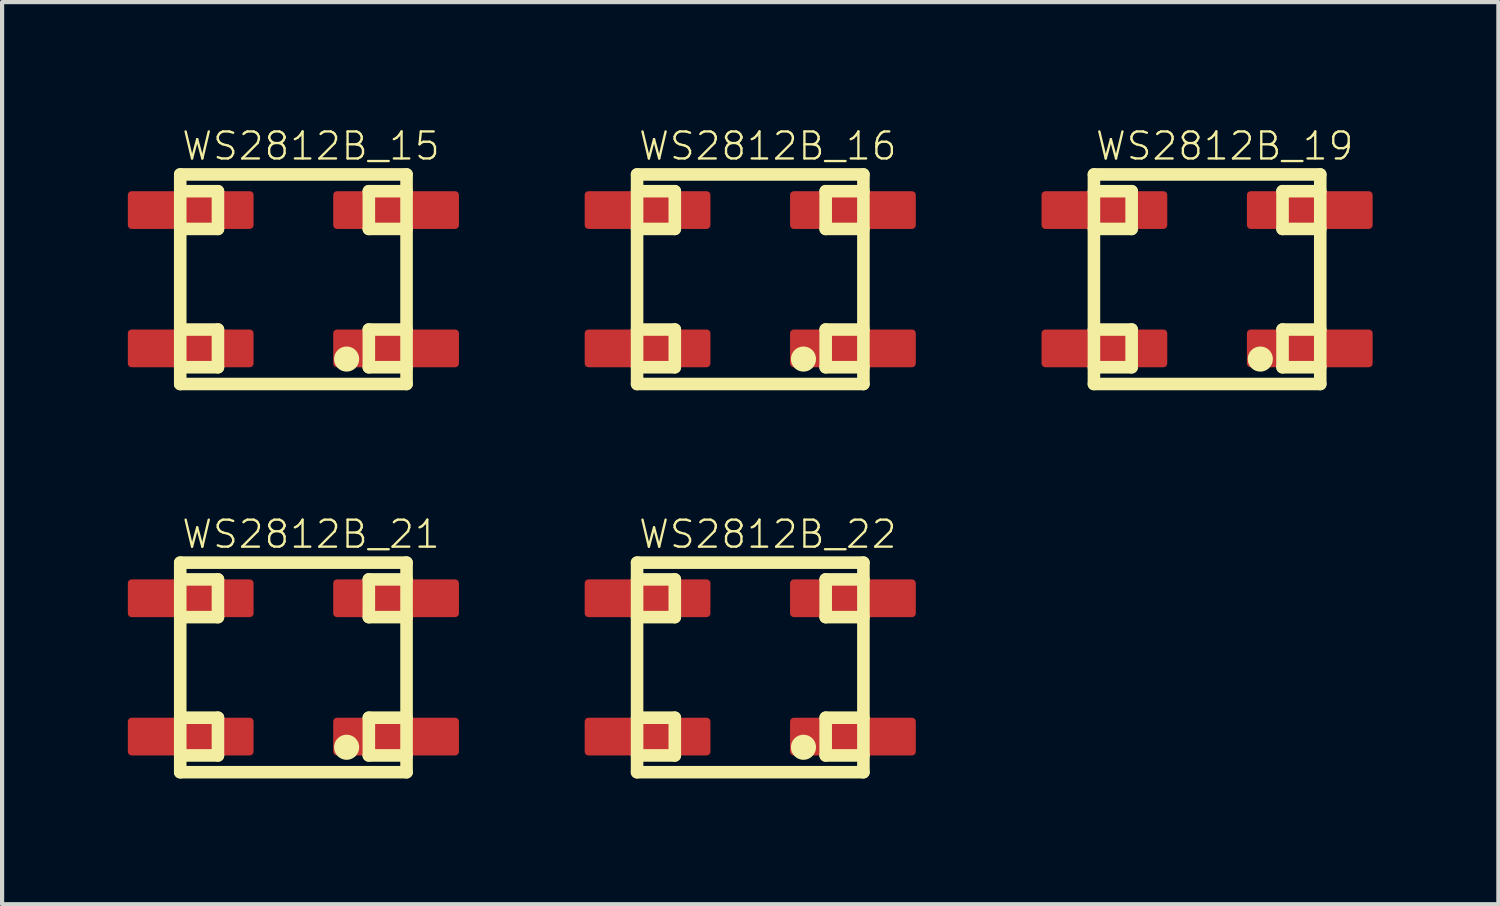
<source format=kicad_pcb>
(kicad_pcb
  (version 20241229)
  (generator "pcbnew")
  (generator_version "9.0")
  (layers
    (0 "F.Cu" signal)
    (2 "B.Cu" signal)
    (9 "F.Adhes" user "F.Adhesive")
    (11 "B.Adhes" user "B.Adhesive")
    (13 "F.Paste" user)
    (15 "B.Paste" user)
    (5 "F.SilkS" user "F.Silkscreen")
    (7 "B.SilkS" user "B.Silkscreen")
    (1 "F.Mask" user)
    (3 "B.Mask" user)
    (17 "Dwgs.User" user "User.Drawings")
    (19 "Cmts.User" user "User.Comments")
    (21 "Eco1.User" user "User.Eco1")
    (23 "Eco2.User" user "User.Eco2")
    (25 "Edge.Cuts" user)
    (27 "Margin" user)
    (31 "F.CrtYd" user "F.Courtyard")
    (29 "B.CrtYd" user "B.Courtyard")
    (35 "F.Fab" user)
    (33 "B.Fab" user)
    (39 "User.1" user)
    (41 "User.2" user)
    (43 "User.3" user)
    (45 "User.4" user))
  (footprint "WS2812B_15"
    (layer "F.Cu")
    (at 3.95 3.612)
    (property "Reference" "WS2812B_15" (at -2.7 -2.8 0) (layer "F.SilkS") (effects (font (size 0.644 0.644) (thickness 0.056)) (justify left bottom)))
    (fp_line (start -2.7 -2.5) (end 2.7 -2.5) (stroke (width 0.3) (type solid)) (layer "F.SilkS"))
    (fp_line (start -2.7 2.5) (end -2.7 -2.5) (stroke (width 0.3) (type solid)) (layer "F.SilkS"))
    (fp_line (start -1.8 -2.1) (end -2.7 -2.1) (stroke (width 0.3) (type solid)) (layer "F.SilkS"))
    (fp_line (start -1.8 -1.2) (end -2.7 -1.2) (stroke (width 0.3) (type solid)) (layer "F.SilkS"))
    (fp_line (start -1.8 -1.2) (end -1.8 -2.1) (stroke (width 0.3) (type solid)) (layer "F.SilkS"))
    (fp_line (start -1.8 1.2) (end -2.7 1.2) (stroke (width 0.3) (type solid)) (layer "F.SilkS"))
    (fp_line (start -1.8 2.1) (end -2.7 2.1) (stroke (width 0.3) (type solid)) (layer "F.SilkS"))
    (fp_line (start -1.8 2.1) (end -1.8 1.2) (stroke (width 0.3) (type solid)) (layer "F.SilkS"))
    (fp_line (start 1.8 -2.1) (end 2.7 -2.1) (stroke (width 0.3) (type solid)) (layer "F.SilkS"))
    (fp_line (start 1.8 -1.2) (end 1.8 -2.1) (stroke (width 0.3) (type solid)) (layer "F.SilkS"))
    (fp_line (start 1.8 -1.2) (end 2.7 -1.2) (stroke (width 0.3) (type solid)) (layer "F.SilkS"))
    (fp_line (start 1.8 1.2) (end 2.7 1.2) (stroke (width 0.3) (type solid)) (layer "F.SilkS"))
    (fp_line (start 1.8 2.1) (end 1.8 1.2) (stroke (width 0.3) (type solid)) (layer "F.SilkS"))
    (fp_line (start 1.8 2.1) (end 2.7 2.1) (stroke (width 0.3) (type solid)) (layer "F.SilkS"))
    (fp_line (start 2.7 -2.5) (end 2.7 2.5) (stroke (width 0.3) (type solid)) (layer "F.SilkS"))
    (fp_line (start 2.7 2.5) (end -2.7 2.5) (stroke (width 0.3) (type solid)) (layer "F.SilkS"))
    (fp_circle (center 1.27 1.905) (end 1.42 1.905) (stroke (width 0.3) (type solid)) (fill yes) (layer "F.SilkS"))
    (pad "1" smd roundrect (at -2.45 -1.65) (size 3 0.9) (layers "F.Cu" "F.Mask" "F.Paste") (roundrect_rratio 0.1))
    (pad "2" smd roundrect (at -2.45 1.65) (size 3 0.9) (layers "F.Cu" "F.Mask" "F.Paste") (roundrect_rratio 0.1))
    (pad "3" smd roundrect (at 2.45 1.65) (size 3 0.9) (layers "F.Cu" "F.Mask" "F.Paste") (roundrect_rratio 0.1))
    (pad "4" smd roundrect (at 2.45 -1.65) (size 3 0.9) (layers "F.Cu" "F.Mask" "F.Paste") (roundrect_rratio 0.1)))
  (footprint "WS2812B_21"
    (layer "F.Cu")
    (at 3.95 12.874)
    (property "Reference" "WS2812B_21" (at -2.7 -2.8 0) (layer "F.SilkS") (effects (font (size 0.644 0.644) (thickness 0.056)) (justify left bottom)))
    (fp_line (start -2.7 -2.5) (end 2.7 -2.5) (stroke (width 0.3) (type solid)) (layer "F.SilkS"))
    (fp_line (start -2.7 2.5) (end -2.7 -2.5) (stroke (width 0.3) (type solid)) (layer "F.SilkS"))
    (fp_line (start -1.8 -2.1) (end -2.7 -2.1) (stroke (width 0.3) (type solid)) (layer "F.SilkS"))
    (fp_line (start -1.8 -1.2) (end -2.7 -1.2) (stroke (width 0.3) (type solid)) (layer "F.SilkS"))
    (fp_line (start -1.8 -1.2) (end -1.8 -2.1) (stroke (width 0.3) (type solid)) (layer "F.SilkS"))
    (fp_line (start -1.8 1.2) (end -2.7 1.2) (stroke (width 0.3) (type solid)) (layer "F.SilkS"))
    (fp_line (start -1.8 2.1) (end -2.7 2.1) (stroke (width 0.3) (type solid)) (layer "F.SilkS"))
    (fp_line (start -1.8 2.1) (end -1.8 1.2) (stroke (width 0.3) (type solid)) (layer "F.SilkS"))
    (fp_line (start 1.8 -2.1) (end 2.7 -2.1) (stroke (width 0.3) (type solid)) (layer "F.SilkS"))
    (fp_line (start 1.8 -1.2) (end 1.8 -2.1) (stroke (width 0.3) (type solid)) (layer "F.SilkS"))
    (fp_line (start 1.8 -1.2) (end 2.7 -1.2) (stroke (width 0.3) (type solid)) (layer "F.SilkS"))
    (fp_line (start 1.8 1.2) (end 2.7 1.2) (stroke (width 0.3) (type solid)) (layer "F.SilkS"))
    (fp_line (start 1.8 2.1) (end 1.8 1.2) (stroke (width 0.3) (type solid)) (layer "F.SilkS"))
    (fp_line (start 1.8 2.1) (end 2.7 2.1) (stroke (width 0.3) (type solid)) (layer "F.SilkS"))
    (fp_line (start 2.7 -2.5) (end 2.7 2.5) (stroke (width 0.3) (type solid)) (layer "F.SilkS"))
    (fp_line (start 2.7 2.5) (end -2.7 2.5) (stroke (width 0.3) (type solid)) (layer "F.SilkS"))
    (fp_circle (center 1.27 1.905) (end 1.42 1.905) (stroke (width 0.3) (type solid)) (fill yes) (layer "F.SilkS"))
    (pad "1" smd roundrect (at -2.45 -1.65) (size 3 0.9) (layers "F.Cu" "F.Mask" "F.Paste") (roundrect_rratio 0.1))
    (pad "2" smd roundrect (at -2.45 1.65) (size 3 0.9) (layers "F.Cu" "F.Mask" "F.Paste") (roundrect_rratio 0.1))
    (pad "3" smd roundrect (at 2.45 1.65) (size 3 0.9) (layers "F.Cu" "F.Mask" "F.Paste") (roundrect_rratio 0.1))
    (pad "4" smd roundrect (at 2.45 -1.65) (size 3 0.9) (layers "F.Cu" "F.Mask" "F.Paste") (roundrect_rratio 0.1)))
  (footprint "WS2812B_19"
    (layer "F.Cu")
    (at 25.75 3.612)
    (property "Reference" "WS2812B_19" (at -2.7 -2.8 0) (layer "F.SilkS") (effects (font (size 0.644 0.644) (thickness 0.056)) (justify left bottom)))
    (fp_line (start -2.7 -2.5) (end 2.7 -2.5) (stroke (width 0.3) (type solid)) (layer "F.SilkS"))
    (fp_line (start -2.7 2.5) (end -2.7 -2.5) (stroke (width 0.3) (type solid)) (layer "F.SilkS"))
    (fp_line (start -1.8 -2.1) (end -2.7 -2.1) (stroke (width 0.3) (type solid)) (layer "F.SilkS"))
    (fp_line (start -1.8 -1.2) (end -2.7 -1.2) (stroke (width 0.3) (type solid)) (layer "F.SilkS"))
    (fp_line (start -1.8 -1.2) (end -1.8 -2.1) (stroke (width 0.3) (type solid)) (layer "F.SilkS"))
    (fp_line (start -1.8 1.2) (end -2.7 1.2) (stroke (width 0.3) (type solid)) (layer "F.SilkS"))
    (fp_line (start -1.8 2.1) (end -2.7 2.1) (stroke (width 0.3) (type solid)) (layer "F.SilkS"))
    (fp_line (start -1.8 2.1) (end -1.8 1.2) (stroke (width 0.3) (type solid)) (layer "F.SilkS"))
    (fp_line (start 1.8 -2.1) (end 2.7 -2.1) (stroke (width 0.3) (type solid)) (layer "F.SilkS"))
    (fp_line (start 1.8 -1.2) (end 1.8 -2.1) (stroke (width 0.3) (type solid)) (layer "F.SilkS"))
    (fp_line (start 1.8 -1.2) (end 2.7 -1.2) (stroke (width 0.3) (type solid)) (layer "F.SilkS"))
    (fp_line (start 1.8 1.2) (end 2.7 1.2) (stroke (width 0.3) (type solid)) (layer "F.SilkS"))
    (fp_line (start 1.8 2.1) (end 1.8 1.2) (stroke (width 0.3) (type solid)) (layer "F.SilkS"))
    (fp_line (start 1.8 2.1) (end 2.7 2.1) (stroke (width 0.3) (type solid)) (layer "F.SilkS"))
    (fp_line (start 2.7 -2.5) (end 2.7 2.5) (stroke (width 0.3) (type solid)) (layer "F.SilkS"))
    (fp_line (start 2.7 2.5) (end -2.7 2.5) (stroke (width 0.3) (type solid)) (layer "F.SilkS"))
    (fp_circle (center 1.27 1.905) (end 1.42 1.905) (stroke (width 0.3) (type solid)) (fill yes) (layer "F.SilkS"))
    (pad "1" smd roundrect (at -2.45 -1.65) (size 3 0.9) (layers "F.Cu" "F.Mask" "F.Paste") (roundrect_rratio 0.1))
    (pad "2" smd roundrect (at -2.45 1.65) (size 3 0.9) (layers "F.Cu" "F.Mask" "F.Paste") (roundrect_rratio 0.1))
    (pad "3" smd roundrect (at 2.45 1.65) (size 3 0.9) (layers "F.Cu" "F.Mask" "F.Paste") (roundrect_rratio 0.1))
    (pad "4" smd roundrect (at 2.45 -1.65) (size 3 0.9) (layers "F.Cu" "F.Mask" "F.Paste") (roundrect_rratio 0.1)))
  (footprint "WS2812B_16"
    (layer "F.Cu")
    (at 14.85 3.612)
    (property "Reference" "WS2812B_16" (at -2.7 -2.8 0) (layer "F.SilkS") (effects (font (size 0.644 0.644) (thickness 0.056)) (justify left bottom)))
    (fp_line (start -2.7 -2.5) (end 2.7 -2.5) (stroke (width 0.3) (type solid)) (layer "F.SilkS"))
    (fp_line (start -2.7 2.5) (end -2.7 -2.5) (stroke (width 0.3) (type solid)) (layer "F.SilkS"))
    (fp_line (start -1.8 -2.1) (end -2.7 -2.1) (stroke (width 0.3) (type solid)) (layer "F.SilkS"))
    (fp_line (start -1.8 -1.2) (end -2.7 -1.2) (stroke (width 0.3) (type solid)) (layer "F.SilkS"))
    (fp_line (start -1.8 -1.2) (end -1.8 -2.1) (stroke (width 0.3) (type solid)) (layer "F.SilkS"))
    (fp_line (start -1.8 1.2) (end -2.7 1.2) (stroke (width 0.3) (type solid)) (layer "F.SilkS"))
    (fp_line (start -1.8 2.1) (end -2.7 2.1) (stroke (width 0.3) (type solid)) (layer "F.SilkS"))
    (fp_line (start -1.8 2.1) (end -1.8 1.2) (stroke (width 0.3) (type solid)) (layer "F.SilkS"))
    (fp_line (start 1.8 -2.1) (end 2.7 -2.1) (stroke (width 0.3) (type solid)) (layer "F.SilkS"))
    (fp_line (start 1.8 -1.2) (end 1.8 -2.1) (stroke (width 0.3) (type solid)) (layer "F.SilkS"))
    (fp_line (start 1.8 -1.2) (end 2.7 -1.2) (stroke (width 0.3) (type solid)) (layer "F.SilkS"))
    (fp_line (start 1.8 1.2) (end 2.7 1.2) (stroke (width 0.3) (type solid)) (layer "F.SilkS"))
    (fp_line (start 1.8 2.1) (end 1.8 1.2) (stroke (width 0.3) (type solid)) (layer "F.SilkS"))
    (fp_line (start 1.8 2.1) (end 2.7 2.1) (stroke (width 0.3) (type solid)) (layer "F.SilkS"))
    (fp_line (start 2.7 -2.5) (end 2.7 2.5) (stroke (width 0.3) (type solid)) (layer "F.SilkS"))
    (fp_line (start 2.7 2.5) (end -2.7 2.5) (stroke (width 0.3) (type solid)) (layer "F.SilkS"))
    (fp_circle (center 1.27 1.905) (end 1.42 1.905) (stroke (width 0.3) (type solid)) (fill yes) (layer "F.SilkS"))
    (pad "1" smd roundrect (at -2.45 -1.65) (size 3 0.9) (layers "F.Cu" "F.Mask" "F.Paste") (roundrect_rratio 0.1))
    (pad "2" smd roundrect (at -2.45 1.65) (size 3 0.9) (layers "F.Cu" "F.Mask" "F.Paste") (roundrect_rratio 0.1))
    (pad "3" smd roundrect (at 2.45 1.65) (size 3 0.9) (layers "F.Cu" "F.Mask" "F.Paste") (roundrect_rratio 0.1))
    (pad "4" smd roundrect (at 2.45 -1.65) (size 3 0.9) (layers "F.Cu" "F.Mask" "F.Paste") (roundrect_rratio 0.1)))
  (footprint "WS2812B_22"
    (layer "F.Cu")
    (at 14.85 12.874)
    (property "Reference" "WS2812B_22" (at -2.7 -2.8 0) (layer "F.SilkS") (effects (font (size 0.644 0.644) (thickness 0.056)) (justify left bottom)))
    (fp_line (start -2.7 -2.5) (end 2.7 -2.5) (stroke (width 0.3) (type solid)) (layer "F.SilkS"))
    (fp_line (start -2.7 2.5) (end -2.7 -2.5) (stroke (width 0.3) (type solid)) (layer "F.SilkS"))
    (fp_line (start -1.8 -2.1) (end -2.7 -2.1) (stroke (width 0.3) (type solid)) (layer "F.SilkS"))
    (fp_line (start -1.8 -1.2) (end -2.7 -1.2) (stroke (width 0.3) (type solid)) (layer "F.SilkS"))
    (fp_line (start -1.8 -1.2) (end -1.8 -2.1) (stroke (width 0.3) (type solid)) (layer "F.SilkS"))
    (fp_line (start -1.8 1.2) (end -2.7 1.2) (stroke (width 0.3) (type solid)) (layer "F.SilkS"))
    (fp_line (start -1.8 2.1) (end -2.7 2.1) (stroke (width 0.3) (type solid)) (layer "F.SilkS"))
    (fp_line (start -1.8 2.1) (end -1.8 1.2) (stroke (width 0.3) (type solid)) (layer "F.SilkS"))
    (fp_line (start 1.8 -2.1) (end 2.7 -2.1) (stroke (width 0.3) (type solid)) (layer "F.SilkS"))
    (fp_line (start 1.8 -1.2) (end 1.8 -2.1) (stroke (width 0.3) (type solid)) (layer "F.SilkS"))
    (fp_line (start 1.8 -1.2) (end 2.7 -1.2) (stroke (width 0.3) (type solid)) (layer "F.SilkS"))
    (fp_line (start 1.8 1.2) (end 2.7 1.2) (stroke (width 0.3) (type solid)) (layer "F.SilkS"))
    (fp_line (start 1.8 2.1) (end 1.8 1.2) (stroke (width 0.3) (type solid)) (layer "F.SilkS"))
    (fp_line (start 1.8 2.1) (end 2.7 2.1) (stroke (width 0.3) (type solid)) (layer "F.SilkS"))
    (fp_line (start 2.7 -2.5) (end 2.7 2.5) (stroke (width 0.3) (type solid)) (layer "F.SilkS"))
    (fp_line (start 2.7 2.5) (end -2.7 2.5) (stroke (width 0.3) (type solid)) (layer "F.SilkS"))
    (fp_circle (center 1.27 1.905) (end 1.42 1.905) (stroke (width 0.3) (type solid)) (fill yes) (layer "F.SilkS"))
    (pad "1" smd roundrect (at -2.45 -1.65) (size 3 0.9) (layers "F.Cu" "F.Mask" "F.Paste") (roundrect_rratio 0.1))
    (pad "2" smd roundrect (at -2.45 1.65) (size 3 0.9) (layers "F.Cu" "F.Mask" "F.Paste") (roundrect_rratio 0.1))
    (pad "3" smd roundrect (at 2.45 1.65) (size 3 0.9) (layers "F.Cu" "F.Mask" "F.Paste") (roundrect_rratio 0.1))
    (pad "4" smd roundrect (at 2.45 -1.65) (size 3 0.9) (layers "F.Cu" "F.Mask" "F.Paste") (roundrect_rratio 0.1)))
  (gr_rect
    (start -3 -3)
    (end 32.7 18.524)
    (stroke (width 0.1) (type default))
    (fill no)
    (layer "Edge.Cuts")))
</source>
